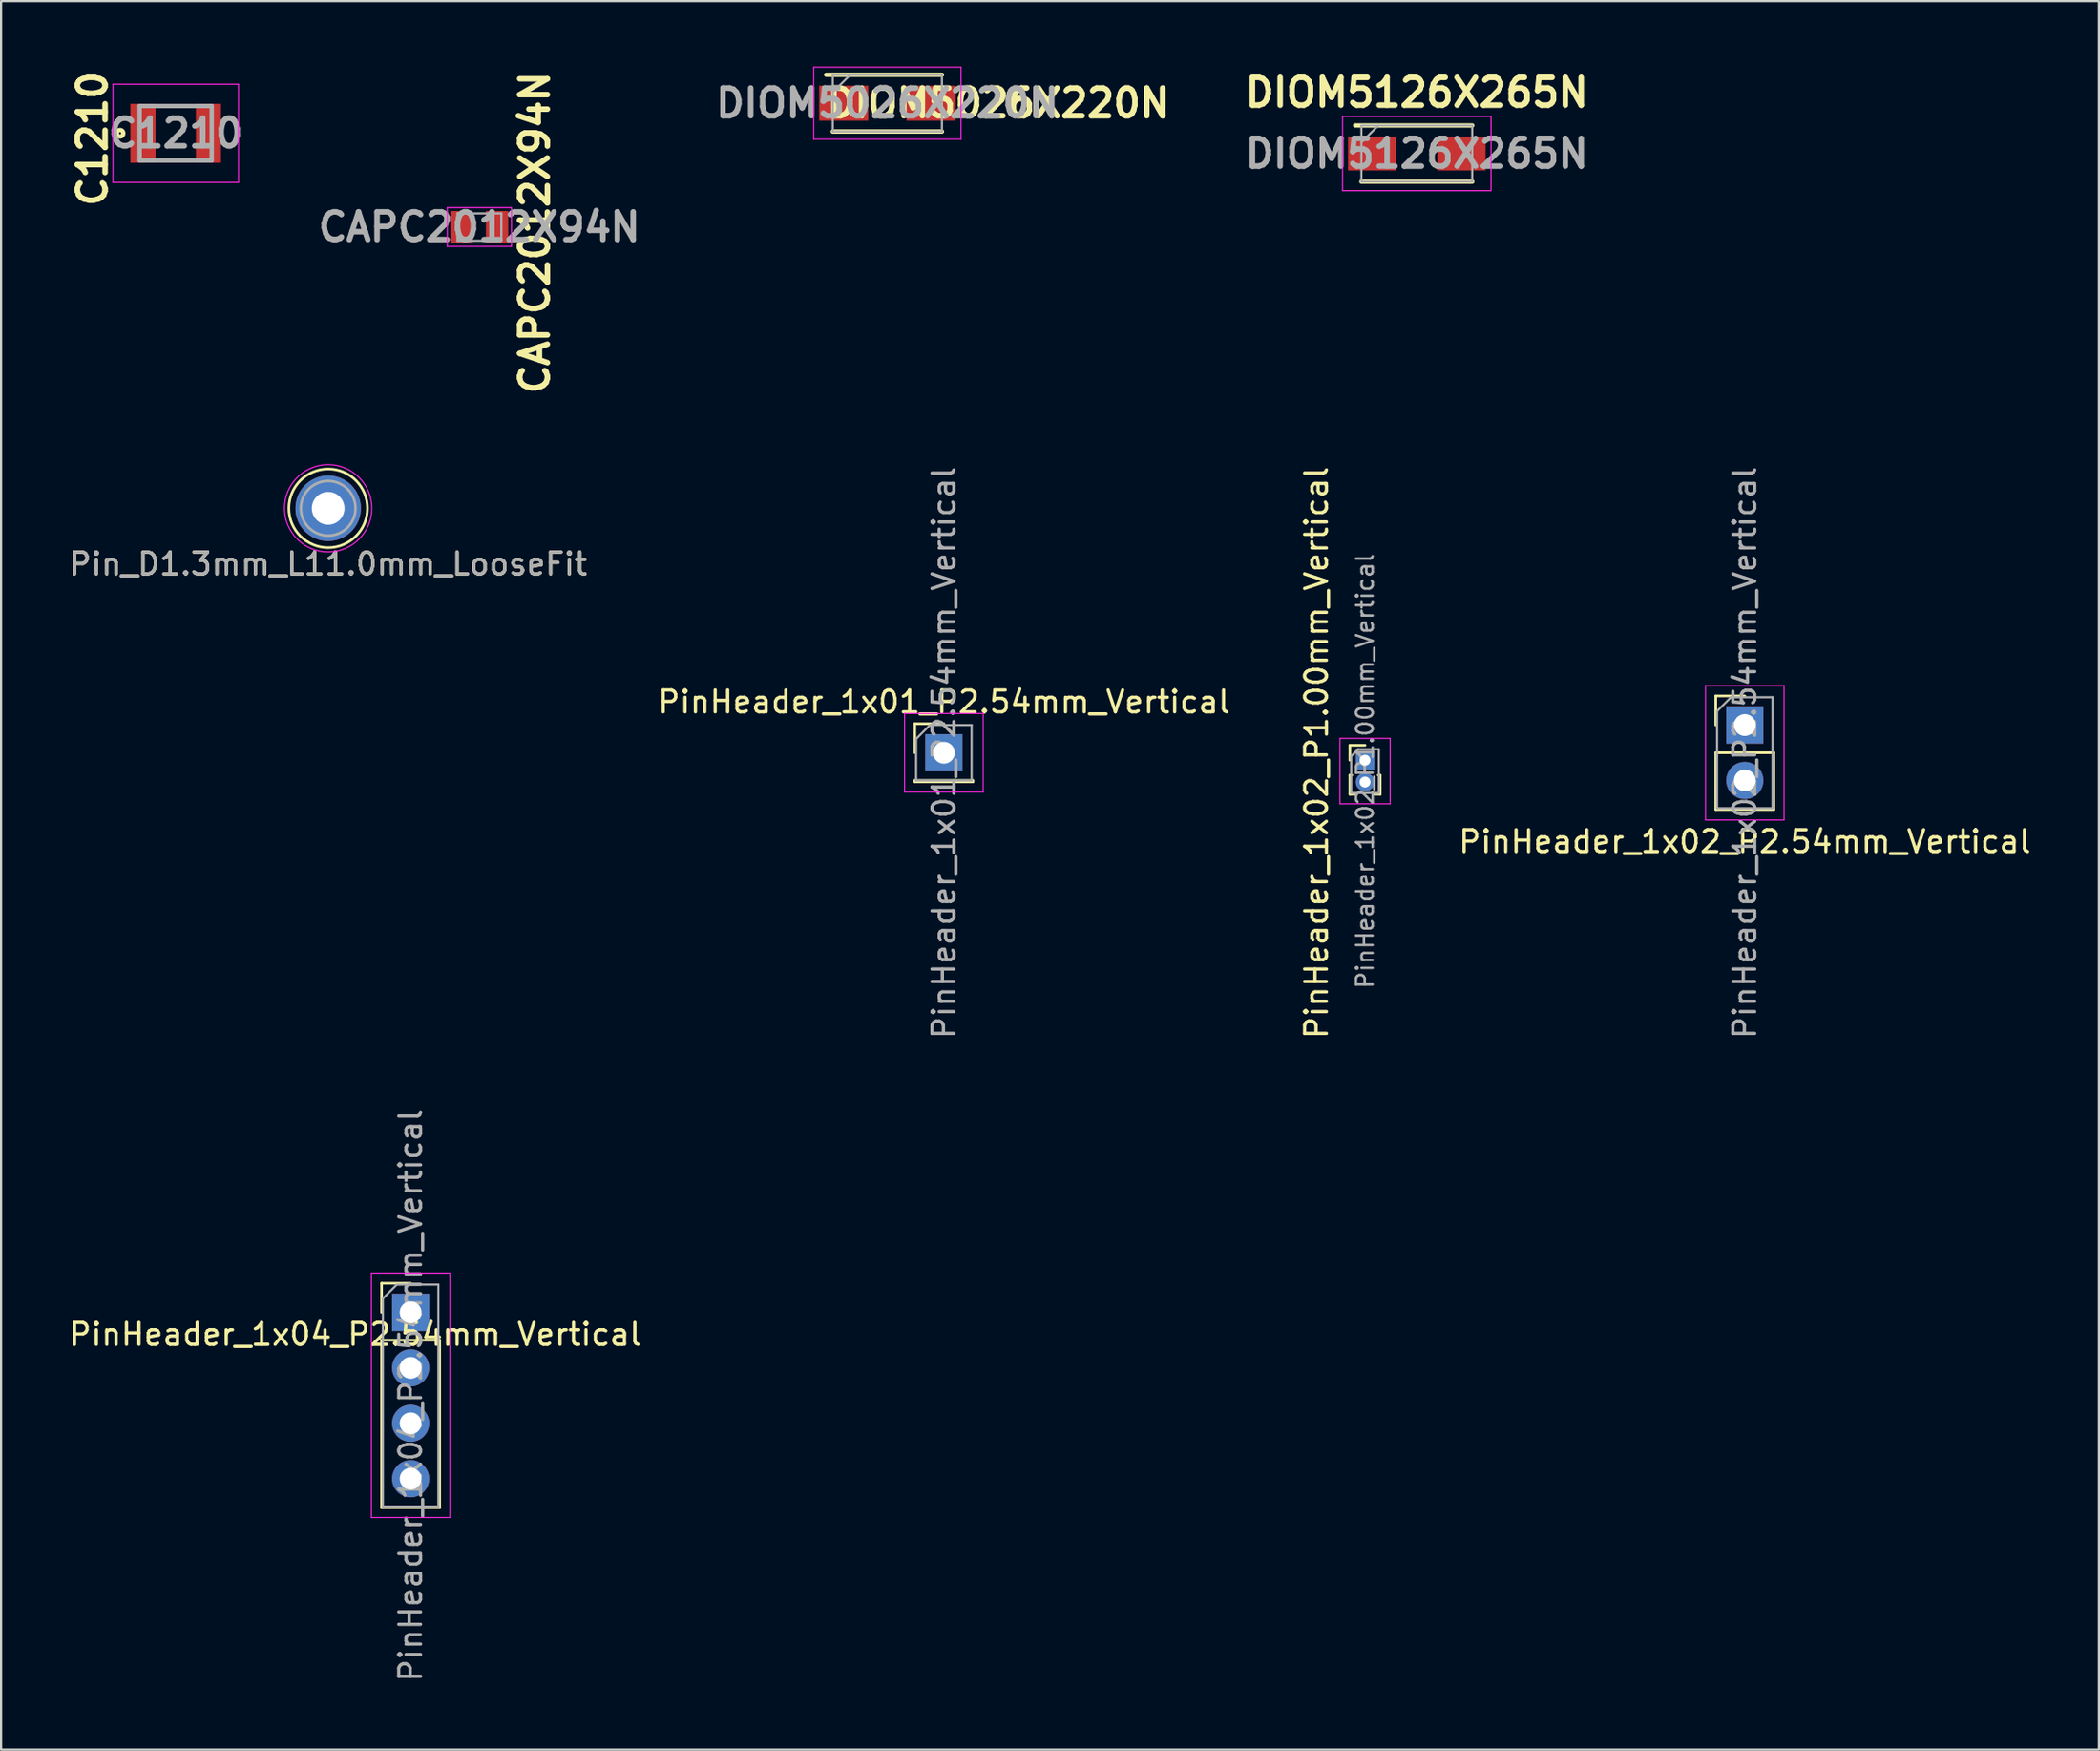
<source format=kicad_pcb>
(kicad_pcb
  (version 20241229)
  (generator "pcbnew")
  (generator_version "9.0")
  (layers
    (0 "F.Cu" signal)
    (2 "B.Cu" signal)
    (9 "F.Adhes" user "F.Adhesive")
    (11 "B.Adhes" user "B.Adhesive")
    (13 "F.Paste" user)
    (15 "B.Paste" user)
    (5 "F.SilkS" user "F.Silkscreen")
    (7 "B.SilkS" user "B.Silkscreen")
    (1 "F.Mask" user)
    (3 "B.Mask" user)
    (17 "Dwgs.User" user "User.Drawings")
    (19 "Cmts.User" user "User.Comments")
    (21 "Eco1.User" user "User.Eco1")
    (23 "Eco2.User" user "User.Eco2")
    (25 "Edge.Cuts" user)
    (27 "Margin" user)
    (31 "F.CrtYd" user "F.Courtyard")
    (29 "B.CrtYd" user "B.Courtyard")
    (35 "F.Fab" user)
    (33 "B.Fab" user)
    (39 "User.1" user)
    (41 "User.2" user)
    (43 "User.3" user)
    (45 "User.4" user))
  (footprint "DIOM5026X220N"
    (layer "F.Cu")
    (at 37.596 1.675)
    (property "Reference" "DIOM5026X220N" (at 5.08 0 180) (layer "F.SilkS") (effects (font (size 1.27 1.27) (thickness 0.254))))
    (attr smd)
    (fp_line (start -2.5 1.3) (end 2.5 1.3) (stroke (width 0.2) (type solid)) (layer "F.SilkS"))
    (fp_line (start 2.5 -1.3) (end -2.8 -1.3) (stroke (width 0.2) (type solid)) (layer "F.SilkS"))
    (fp_line (start -3.375 -1.65) (end 3.375 -1.65) (stroke (width 0.05) (type solid)) (layer "F.CrtYd"))
    (fp_line (start -3.375 1.65) (end -3.375 -1.65) (stroke (width 0.05) (type solid)) (layer "F.CrtYd"))
    (fp_line (start 3.375 -1.65) (end 3.375 1.65) (stroke (width 0.05) (type solid)) (layer "F.CrtYd"))
    (fp_line (start 3.375 1.65) (end -3.375 1.65) (stroke (width 0.05) (type solid)) (layer "F.CrtYd"))
    (fp_line (start -2.5 -1.3) (end 2.5 -1.3) (stroke (width 0.1) (type solid)) (layer "F.Fab"))
    (fp_line (start -2.5 -0.5) (end -1.7 -1.3) (stroke (width 0.1) (type solid)) (layer "F.Fab"))
    (fp_line (start -2.5 1.3) (end -2.5 -1.3) (stroke (width 0.1) (type solid)) (layer "F.Fab"))
    (fp_line (start 2.5 -1.3) (end 2.5 1.3) (stroke (width 0.1) (type solid)) (layer "F.Fab"))
    (fp_line (start 2.5 1.3) (end -2.5 1.3) (stroke (width 0.1) (type solid)) (layer "F.Fab"))
    (fp_text user "${REFERENCE}" (at 0 0 180) (layer "F.Fab") (effects (font (size 1.27 1.27) (thickness 0.254))))
    (pad "1" smd rect (at -2 0 90) (size 1.6 2.25) (layers "F.Cu" "F.Mask" "F.Paste"))
    (pad "2" smd rect (at 2 0 90) (size 1.6 2.25) (layers "F.Cu" "F.Mask" "F.Paste")))
  (footprint "PinHeader_1x02_P2.54mm_Vertical"
    (layer "F.Cu")
    (at 76.871 30.154)
    (property "Reference" "PinHeader_1x02_P2.54mm_Vertical" (at 0 5.339 0) (layer "F.SilkS") (effects (font (size 1 1) (thickness 0.15))))
    (attr through_hole)
    (fp_line (start -1.33 -1.33) (end 0 -1.33) (stroke (width 0.12) (type solid)) (layer "F.SilkS"))
    (fp_line (start -1.33 0) (end -1.33 -1.33) (stroke (width 0.12) (type solid)) (layer "F.SilkS"))
    (fp_line (start -1.33 1.27) (end -1.33 3.87) (stroke (width 0.12) (type solid)) (layer "F.SilkS"))
    (fp_line (start -1.33 1.27) (end 1.33 1.27) (stroke (width 0.12) (type solid)) (layer "F.SilkS"))
    (fp_line (start -1.33 3.87) (end 1.33 3.87) (stroke (width 0.12) (type solid)) (layer "F.SilkS"))
    (fp_line (start 1.33 1.27) (end 1.33 3.87) (stroke (width 0.12) (type solid)) (layer "F.SilkS"))
    (fp_line (start -1.8 -1.8) (end -1.8 4.35) (stroke (width 0.05) (type solid)) (layer "F.CrtYd"))
    (fp_line (start -1.8 4.35) (end 1.8 4.35) (stroke (width 0.05) (type solid)) (layer "F.CrtYd"))
    (fp_line (start 1.8 -1.8) (end -1.8 -1.8) (stroke (width 0.05) (type solid)) (layer "F.CrtYd"))
    (fp_line (start 1.8 4.35) (end 1.8 -1.8) (stroke (width 0.05) (type solid)) (layer "F.CrtYd"))
    (fp_line (start -1.27 -0.635) (end -0.635 -1.27) (stroke (width 0.1) (type solid)) (layer "F.Fab"))
    (fp_line (start -1.27 3.81) (end -1.27 -0.635) (stroke (width 0.1) (type solid)) (layer "F.Fab"))
    (fp_line (start -0.635 -1.27) (end 1.27 -1.27) (stroke (width 0.1) (type solid)) (layer "F.Fab"))
    (fp_line (start 1.27 -1.27) (end 1.27 3.81) (stroke (width 0.1) (type solid)) (layer "F.Fab"))
    (fp_line (start 1.27 3.81) (end -1.27 3.81) (stroke (width 0.1) (type solid)) (layer "F.Fab"))
    (fp_text user "${REFERENCE}" (at 0 1.27 90) (layer "F.Fab") (effects (font (size 1 1) (thickness 0.15))))
    (pad "1" thru_hole rect (at 0 0) (size 1.7 1.7) (drill 1) (layers "*.Cu" "*.Mask"))
    (pad "2" thru_hole oval (at 0 2.54) (size 1.7 1.7) (drill 1) (layers "*.Cu" "*.Mask")))
  (footprint "Pin_D1.3mm_L11.0mm_LooseFit"
    (layer "F.Cu")
    (at 11.982 20.229)
    (property "Reference" "Pin_D1.3mm_L11.0mm_LooseFit" (at 0 2.55 0) (layer "F.SilkS") (effects (font (size 1 1) (thickness 0.15))))
    (attr through_hole)
    (fp_circle (center 0 0) (end 1.8 0.05) (stroke (width 0.12) (type solid)) (fill no) (layer "F.SilkS"))
    (fp_circle (center 0 0) (end 2 0) (stroke (width 0.05) (type solid)) (fill no) (layer "F.CrtYd"))
    (fp_circle (center 0 0) (end 0.65 -0.05) (stroke (width 0.12) (type solid)) (fill no) (layer "F.Fab"))
    (fp_circle (center 0 0) (end 1.25 -0.05) (stroke (width 0.12) (type solid)) (fill no) (layer "F.Fab"))
    (fp_text user "${REFERENCE}" (at 0 2.55 0) (layer "F.Fab") (effects (font (size 1 1) (thickness 0.15))))
    (pad "1" thru_hole circle (at 0 0) (size 3 3) (drill 1.5) (layers "*.Cu" "*.Mask")))
  (footprint "CAPC2012X94N"
    (layer "F.Cu")
    (at 18.909 7.348)
    (property "Reference" "CAPC2012X94N" (at 2.54 0.254 270) (layer "F.SilkS") (effects (font (size 1.27 1.27) (thickness 0.254))))
    (attr smd)
    (fp_line (start -1.47 -0.89) (end 1.47 -0.89) (stroke (width 0.05) (type solid)) (layer "F.CrtYd"))
    (fp_line (start -1.47 0.89) (end -1.47 -0.89) (stroke (width 0.05) (type solid)) (layer "F.CrtYd"))
    (fp_line (start 1.47 -0.89) (end 1.47 0.89) (stroke (width 0.05) (type solid)) (layer "F.CrtYd"))
    (fp_line (start 1.47 0.89) (end -1.47 0.89) (stroke (width 0.05) (type solid)) (layer "F.CrtYd"))
    (fp_line (start -1.005 -0.625) (end 1.005 -0.625) (stroke (width 0.1) (type solid)) (layer "F.Fab"))
    (fp_line (start -1.005 0.625) (end -1.005 -0.625) (stroke (width 0.1) (type solid)) (layer "F.Fab"))
    (fp_line (start 1.005 -0.625) (end 1.005 0.625) (stroke (width 0.1) (type solid)) (layer "F.Fab"))
    (fp_line (start 1.005 0.625) (end -1.005 0.625) (stroke (width 0.1) (type solid)) (layer "F.Fab"))
    (fp_text user "${REFERENCE}" (at 0 0 180) (layer "F.Fab") (effects (font (size 1.27 1.27) (thickness 0.254))))
    (pad "1" smd rect (at -0.81 0) (size 1.02 1.47) (layers "F.Cu" "F.Mask" "F.Paste"))
    (pad "2" smd rect (at 0.81 0) (size 1.02 1.47) (layers "F.Cu" "F.Mask" "F.Paste")))
  (footprint "DIOM5126X265N"
    (layer "F.Cu")
    (at 61.847 3.983)
    (property "Reference" "DIOM5126X265N" (at 0 -2.794 180) (layer "F.SilkS") (effects (font (size 1.27 1.27) (thickness 0.254))))
    (attr smd)
    (fp_line (start -2.538 1.288) (end 2.538 1.288) (stroke (width 0.2) (type solid)) (layer "F.SilkS"))
    (fp_line (start 2.538 -1.288) (end -2.825 -1.288) (stroke (width 0.2) (type solid)) (layer "F.SilkS"))
    (fp_line (start -3.4 -1.7) (end 3.4 -1.7) (stroke (width 0.05) (type solid)) (layer "F.CrtYd"))
    (fp_line (start -3.4 1.7) (end -3.4 -1.7) (stroke (width 0.05) (type solid)) (layer "F.CrtYd"))
    (fp_line (start 3.4 -1.7) (end 3.4 1.7) (stroke (width 0.05) (type solid)) (layer "F.CrtYd"))
    (fp_line (start 3.4 1.7) (end -3.4 1.7) (stroke (width 0.05) (type solid)) (layer "F.CrtYd"))
    (fp_line (start -2.538 -1.288) (end 2.538 -1.288) (stroke (width 0.1) (type solid)) (layer "F.Fab"))
    (fp_line (start -2.538 -0.512) (end -1.762 -1.288) (stroke (width 0.1) (type solid)) (layer "F.Fab"))
    (fp_line (start -2.538 1.288) (end -2.538 -1.288) (stroke (width 0.1) (type solid)) (layer "F.Fab"))
    (fp_line (start 2.538 -1.288) (end 2.538 1.288) (stroke (width 0.1) (type solid)) (layer "F.Fab"))
    (fp_line (start 2.538 1.288) (end -2.538 1.288) (stroke (width 0.1) (type solid)) (layer "F.Fab"))
    (fp_text user "${REFERENCE}" (at 0 0 180) (layer "F.Fab") (effects (font (size 1.27 1.27) (thickness 0.254))))
    (pad "1" smd rect (at -2.05 0 90) (size 1.55 2.2) (layers "F.Cu" "F.Mask" "F.Paste"))
    (pad "2" smd rect (at 2.05 0 90) (size 1.55 2.2) (layers "F.Cu" "F.Mask" "F.Paste")))
  (footprint "C1210"
    (layer "F.Cu")
    (at 4.999 3.054)
    (property "Reference" "C1210" (at -3.81 0.254 90) (layer "F.SilkS") (effects (font (size 1.27 1.27) (thickness 0.254))))
    (attr smd)
    (fp_circle (center -2.55 0) (end -2.55 0.05) (stroke (width 0.2) (type solid)) (fill no) (layer "F.SilkS"))
    (fp_line (start -2.875 -2.25) (end 2.875 -2.25) (stroke (width 0.05) (type solid)) (layer "F.CrtYd"))
    (fp_line (start -2.875 2.25) (end -2.875 -2.25) (stroke (width 0.05) (type solid)) (layer "F.CrtYd"))
    (fp_line (start 2.875 -2.25) (end 2.875 2.25) (stroke (width 0.05) (type solid)) (layer "F.CrtYd"))
    (fp_line (start 2.875 2.25) (end -2.875 2.25) (stroke (width 0.05) (type solid)) (layer "F.CrtYd"))
    (fp_line (start -1.65 -1.25) (end 1.65 -1.25) (stroke (width 0.2) (type solid)) (layer "F.Fab"))
    (fp_line (start -1.65 1.25) (end -1.65 -1.25) (stroke (width 0.2) (type solid)) (layer "F.Fab"))
    (fp_line (start 1.65 -1.25) (end 1.65 1.25) (stroke (width 0.2) (type solid)) (layer "F.Fab"))
    (fp_line (start 1.65 1.25) (end -1.65 1.25) (stroke (width 0.2) (type solid)) (layer "F.Fab"))
    (fp_text user "${REFERENCE}" (at 0 0 0) (layer "F.Fab") (effects (font (size 1.27 1.27) (thickness 0.254))))
    (pad "1" smd rect (at -1.5 0) (size 1.15 2.7) (layers "F.Cu" "F.Mask" "F.Paste"))
    (pad "2" smd rect (at 1.5 0) (size 1.15 2.7) (layers "F.Cu" "F.Mask" "F.Paste")))
  (footprint "PinHeader_1x02_P1.00mm_Vertical"
    (layer "F.Cu")
    (at 59.476 31.766)
    (property "Reference" "PinHeader_1x02_P1.00mm_Vertical" (at -2.223 -0.343 270) (layer "F.SilkS") (effects (font (size 1 1) (thickness 0.15))))
    (attr through_hole)
    (fp_line (start -0.695 -0.685) (end 0 -0.685) (stroke (width 0.12) (type solid)) (layer "F.SilkS"))
    (fp_line (start -0.695 0) (end -0.695 -0.685) (stroke (width 0.12) (type solid)) (layer "F.SilkS"))
    (fp_line (start -0.695 0.685) (end -0.695 1.56) (stroke (width 0.12) (type solid)) (layer "F.SilkS"))
    (fp_line (start -0.695 0.685) (end -0.608 0.685) (stroke (width 0.12) (type solid)) (layer "F.SilkS"))
    (fp_line (start -0.695 1.56) (end -0.394 1.56) (stroke (width 0.12) (type solid)) (layer "F.SilkS"))
    (fp_line (start 0.394 1.56) (end 0.695 1.56) (stroke (width 0.12) (type solid)) (layer "F.SilkS"))
    (fp_line (start 0.608 0.685) (end 0.695 0.685) (stroke (width 0.12) (type solid)) (layer "F.SilkS"))
    (fp_line (start 0.695 0.685) (end 0.695 1.56) (stroke (width 0.12) (type solid)) (layer "F.SilkS"))
    (fp_line (start -1.15 -1) (end -1.15 2) (stroke (width 0.05) (type solid)) (layer "F.CrtYd"))
    (fp_line (start -1.15 2) (end 1.15 2) (stroke (width 0.05) (type solid)) (layer "F.CrtYd"))
    (fp_line (start 1.15 -1) (end -1.15 -1) (stroke (width 0.05) (type solid)) (layer "F.CrtYd"))
    (fp_line (start 1.15 2) (end 1.15 -1) (stroke (width 0.05) (type solid)) (layer "F.CrtYd"))
    (fp_line (start -0.635 -0.182) (end -0.318 -0.5) (stroke (width 0.1) (type solid)) (layer "F.Fab"))
    (fp_line (start -0.635 1.5) (end -0.635 -0.182) (stroke (width 0.1) (type solid)) (layer "F.Fab"))
    (fp_line (start -0.318 -0.5) (end 0.635 -0.5) (stroke (width 0.1) (type solid)) (layer "F.Fab"))
    (fp_line (start 0.635 -0.5) (end 0.635 1.5) (stroke (width 0.1) (type solid)) (layer "F.Fab"))
    (fp_line (start 0.635 1.5) (end -0.635 1.5) (stroke (width 0.1) (type solid)) (layer "F.Fab"))
    (fp_text user "${REFERENCE}" (at 0 0.5 90) (layer "F.Fab") (effects (font (size 0.76 0.76) (thickness 0.114))))
    (pad "1" thru_hole rect (at 0 0) (size 0.85 0.85) (drill 0.5) (layers "*.Cu" "*.Mask"))
    (pad "2" thru_hole oval (at 0 1) (size 0.85 0.85) (drill 0.5) (layers "*.Cu" "*.Mask")))
  (footprint "PinHeader_1x04_P2.54mm_Vertical"
    (layer "F.Cu")
    (at 15.76 57.054)
    (property "Reference" "PinHeader_1x04_P2.54mm_Vertical" (at -2.54 1.006 180) (layer "F.SilkS") (effects (font (size 1 1) (thickness 0.15))))
    (attr through_hole)
    (fp_line (start -1.33 -1.33) (end 0 -1.33) (stroke (width 0.12) (type solid)) (layer "F.SilkS"))
    (fp_line (start -1.33 0) (end -1.33 -1.33) (stroke (width 0.12) (type solid)) (layer "F.SilkS"))
    (fp_line (start -1.33 1.27) (end -1.33 8.95) (stroke (width 0.12) (type solid)) (layer "F.SilkS"))
    (fp_line (start -1.33 1.27) (end 1.33 1.27) (stroke (width 0.12) (type solid)) (layer "F.SilkS"))
    (fp_line (start -1.33 8.95) (end 1.33 8.95) (stroke (width 0.12) (type solid)) (layer "F.SilkS"))
    (fp_line (start 1.33 1.27) (end 1.33 8.95) (stroke (width 0.12) (type solid)) (layer "F.SilkS"))
    (fp_line (start -1.8 -1.8) (end -1.8 9.4) (stroke (width 0.05) (type solid)) (layer "F.CrtYd"))
    (fp_line (start -1.8 9.4) (end 1.8 9.4) (stroke (width 0.05) (type solid)) (layer "F.CrtYd"))
    (fp_line (start 1.8 -1.8) (end -1.8 -1.8) (stroke (width 0.05) (type solid)) (layer "F.CrtYd"))
    (fp_line (start 1.8 9.4) (end 1.8 -1.8) (stroke (width 0.05) (type solid)) (layer "F.CrtYd"))
    (fp_line (start -1.27 -0.635) (end -0.635 -1.27) (stroke (width 0.1) (type solid)) (layer "F.Fab"))
    (fp_line (start -1.27 8.89) (end -1.27 -0.635) (stroke (width 0.1) (type solid)) (layer "F.Fab"))
    (fp_line (start -0.635 -1.27) (end 1.27 -1.27) (stroke (width 0.1) (type solid)) (layer "F.Fab"))
    (fp_line (start 1.27 -1.27) (end 1.27 8.89) (stroke (width 0.1) (type solid)) (layer "F.Fab"))
    (fp_line (start 1.27 8.89) (end -1.27 8.89) (stroke (width 0.1) (type solid)) (layer "F.Fab"))
    (fp_text user "${REFERENCE}" (at 0 3.81 270) (layer "F.Fab") (effects (font (size 1 1) (thickness 0.15))))
    (pad "1" thru_hole rect (at 0 0) (size 1.7 1.7) (drill 1) (layers "*.Cu" "*.Mask"))
    (pad "2" thru_hole oval (at 0 2.54) (size 1.7 1.7) (drill 1) (layers "*.Cu" "*.Mask"))
    (pad "3" thru_hole oval (at 0 5.08) (size 1.7 1.7) (drill 1) (layers "*.Cu" "*.Mask"))
    (pad "4" thru_hole oval (at 0 7.62) (size 1.7 1.7) (drill 1) (layers "*.Cu" "*.Mask")))
  (footprint "PinHeader_1x01_P2.54mm_Vertical"
    (layer "F.Cu")
    (at 40.185 31.424)
    (property "Reference" "PinHeader_1x01_P2.54mm_Vertical" (at 0 -2.33 0) (layer "F.SilkS") (effects (font (size 1 1) (thickness 0.15))))
    (attr through_hole)
    (fp_line (start -1.33 -1.33) (end 0 -1.33) (stroke (width 0.12) (type solid)) (layer "F.SilkS"))
    (fp_line (start -1.33 0) (end -1.33 -1.33) (stroke (width 0.12) (type solid)) (layer "F.SilkS"))
    (fp_line (start -1.33 1.27) (end -1.33 1.33) (stroke (width 0.12) (type solid)) (layer "F.SilkS"))
    (fp_line (start -1.33 1.27) (end 1.33 1.27) (stroke (width 0.12) (type solid)) (layer "F.SilkS"))
    (fp_line (start -1.33 1.33) (end 1.33 1.33) (stroke (width 0.12) (type solid)) (layer "F.SilkS"))
    (fp_line (start 1.33 1.27) (end 1.33 1.33) (stroke (width 0.12) (type solid)) (layer "F.SilkS"))
    (fp_line (start -1.8 -1.8) (end -1.8 1.8) (stroke (width 0.05) (type solid)) (layer "F.CrtYd"))
    (fp_line (start -1.8 1.8) (end 1.8 1.8) (stroke (width 0.05) (type solid)) (layer "F.CrtYd"))
    (fp_line (start 1.8 -1.8) (end -1.8 -1.8) (stroke (width 0.05) (type solid)) (layer "F.CrtYd"))
    (fp_line (start 1.8 1.8) (end 1.8 -1.8) (stroke (width 0.05) (type solid)) (layer "F.CrtYd"))
    (fp_line (start -1.27 -0.635) (end -0.635 -1.27) (stroke (width 0.1) (type solid)) (layer "F.Fab"))
    (fp_line (start -1.27 1.27) (end -1.27 -0.635) (stroke (width 0.1) (type solid)) (layer "F.Fab"))
    (fp_line (start -0.635 -1.27) (end 1.27 -1.27) (stroke (width 0.1) (type solid)) (layer "F.Fab"))
    (fp_line (start 1.27 -1.27) (end 1.27 1.27) (stroke (width 0.1) (type solid)) (layer "F.Fab"))
    (fp_line (start 1.27 1.27) (end -1.27 1.27) (stroke (width 0.1) (type solid)) (layer "F.Fab"))
    (fp_text user "${REFERENCE}" (at 0 0 90) (layer "F.Fab") (effects (font (size 1 1) (thickness 0.15))))
    (pad "1" thru_hole rect (at 0 0) (size 1.7 1.7) (drill 1) (layers "*.Cu" "*.Mask")))
  (gr_rect
    (start -3 -3)
    (end 93.091 77.085)
    (stroke (width 0.1) (type default))
    (fill no)
    (layer "Edge.Cuts")))
</source>
